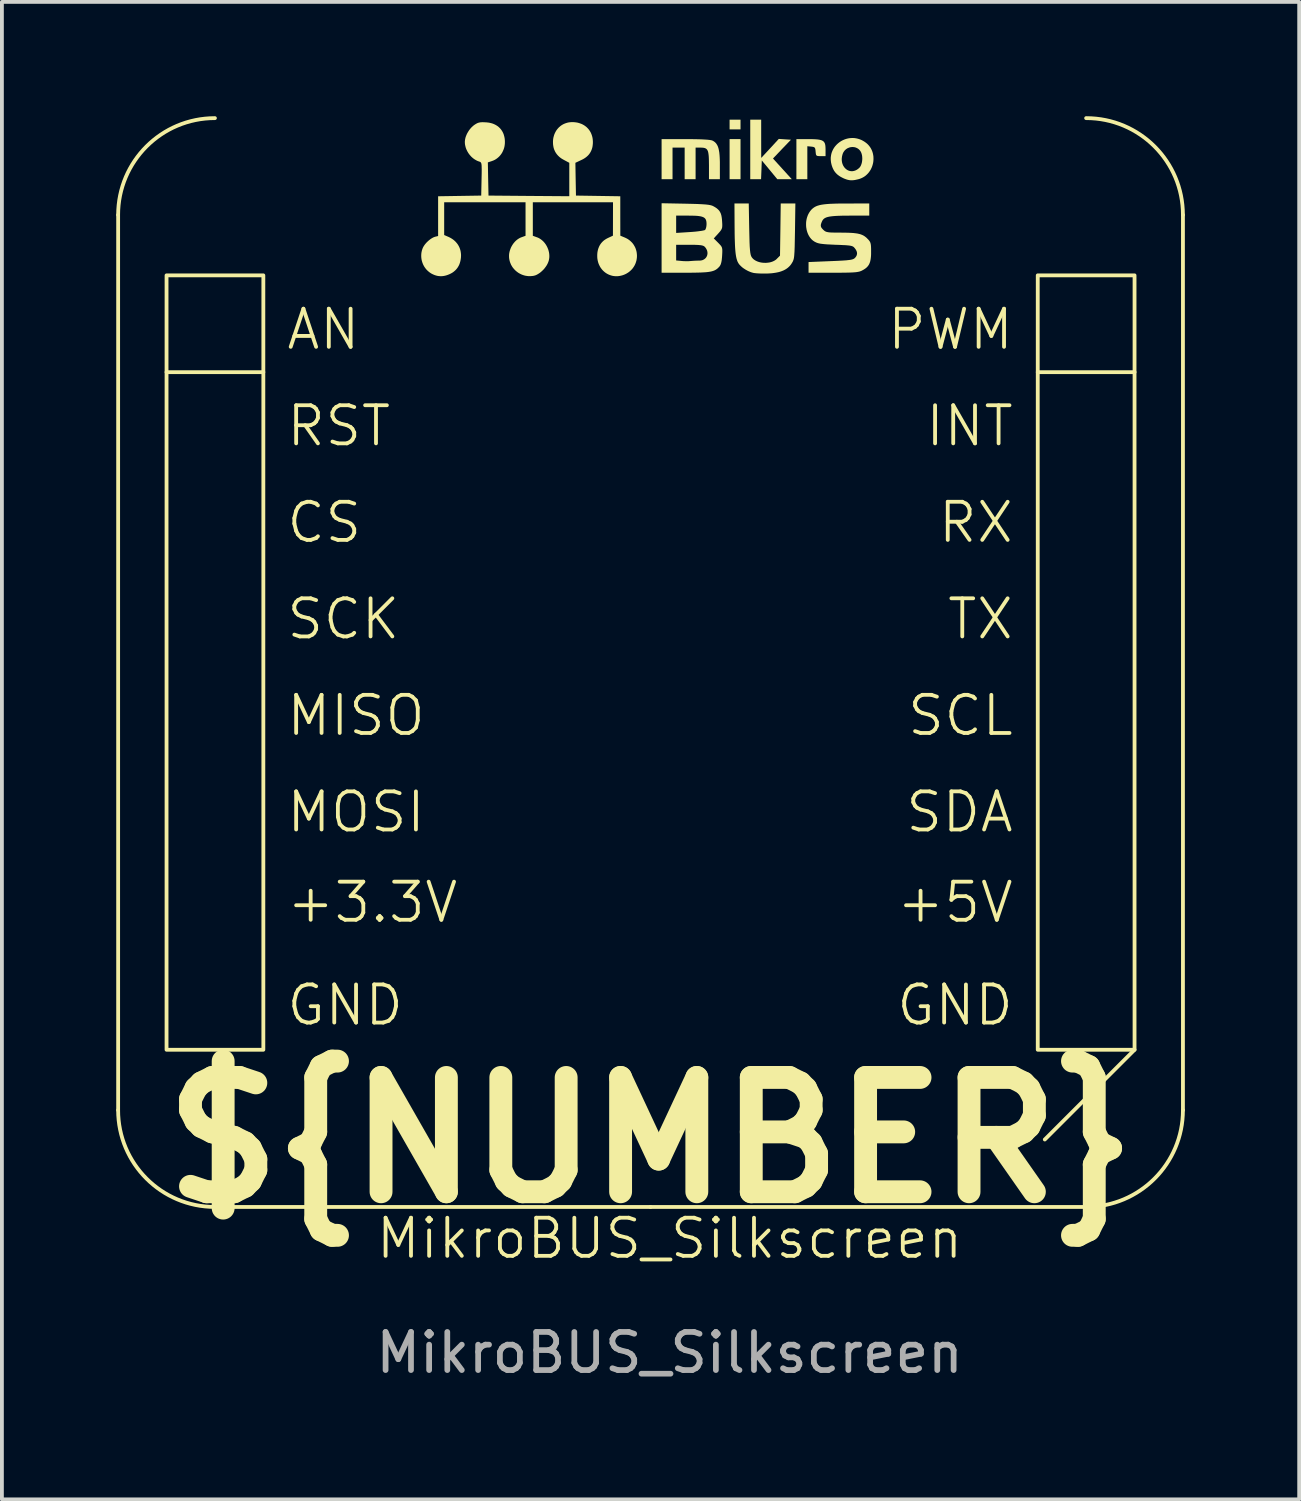
<source format=kicad_pcb>
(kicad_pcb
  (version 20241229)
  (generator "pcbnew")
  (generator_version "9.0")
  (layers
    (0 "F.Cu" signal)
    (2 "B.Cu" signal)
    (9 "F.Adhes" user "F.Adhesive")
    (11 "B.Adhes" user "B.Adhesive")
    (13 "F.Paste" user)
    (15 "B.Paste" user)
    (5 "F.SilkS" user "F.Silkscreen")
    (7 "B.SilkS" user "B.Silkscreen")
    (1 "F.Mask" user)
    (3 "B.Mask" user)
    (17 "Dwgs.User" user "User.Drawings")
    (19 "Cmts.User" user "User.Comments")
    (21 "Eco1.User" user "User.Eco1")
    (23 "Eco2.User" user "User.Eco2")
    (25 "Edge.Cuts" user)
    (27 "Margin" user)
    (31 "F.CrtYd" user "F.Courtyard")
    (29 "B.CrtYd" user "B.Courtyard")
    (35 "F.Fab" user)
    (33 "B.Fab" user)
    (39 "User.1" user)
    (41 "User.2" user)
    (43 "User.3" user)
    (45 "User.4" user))
  (footprint "MikroBUS_Silkscreen"
    (layer "F.Cu")
    (at 14.42 15.409)
    (property "Reference" "MikroBUS_Silkscreen" (at 0.1 14.036 0) (unlocked yes) (layer "F.SilkS") (effects (font (size 1 1) (thickness 0.1))))
    (attr smd)
    (fp_line (start -14.37 10.671) (end -14.37 -12.819) (stroke (width 0.1) (type default)) (layer "F.SilkS"))
    (fp_line (start -13.1 -8.694) (end -10.56 -8.694) (stroke (width 0.1) (type solid)) (layer "F.SilkS"))
    (fp_line (start -0.4 13.211) (end -11.83 13.211) (stroke (width 0.1) (type solid)) (layer "F.SilkS"))
    (fp_line (start -0.4 13.211) (end 11.03 13.211) (stroke (width 0.1) (type solid)) (layer "F.SilkS"))
    (fp_line (start 9.76 -8.694) (end 12.3 -8.694) (stroke (width 0.1) (type default)) (layer "F.SilkS"))
    (fp_line (start 12.3 9.086) (end 9.945 11.441) (stroke (width 0.1) (type solid)) (layer "F.SilkS"))
    (fp_line (start 13.57 10.671) (end 13.57 -12.819) (stroke (width 0.1) (type default)) (layer "F.SilkS"))
    (fp_rect (start -13.1 -11.234) (end -10.56 9.086) (stroke (width 0.1) (type solid)) (fill no) (layer "F.SilkS"))
    (fp_rect (start 9.76 -11.234) (end 12.3 9.086) (stroke (width 0.1) (type solid)) (fill no) (layer "F.SilkS"))
    (fp_arc (start -14.370379 -12.819499) (mid -13.62643 -14.61555) (end -11.830379 -15.359499) (stroke (width 0.1) (type default)) (layer "F.SilkS"))
    (fp_arc (start -11.830379 13.210501) (mid -13.62643 12.466552) (end -14.370379 10.670501) (stroke (width 0.1) (type default)) (layer "F.SilkS"))
    (fp_arc (start 11.029621 -15.359499) (mid 12.825672 -14.61555) (end 13.569621 -12.819499) (stroke (width 0.1) (type default)) (layer "F.SilkS"))
    (fp_arc (start 13.569621 10.670501) (mid 12.825672 12.466552) (end 11.029621 13.210501) (stroke (width 0.1) (type default)) (layer "F.SilkS"))
    (fp_poly (pts (xy 1.961 -15.191) (xy 1.961 -15.064) (xy 1.818 -15.064) (xy 1.674 -15.064) (xy 1.674 -15.191) (xy 1.674 -15.319) (xy 1.818 -15.319) (xy 1.961 -15.319)) (stroke (width 0) (type solid)) (fill yes) (layer "F.SilkS"))
    (fp_poly (pts (xy 1.961 -14.283) (xy 1.961 -13.757) (xy 1.818 -13.757) (xy 1.674 -13.757) (xy 1.674 -14.283) (xy 1.674 -14.809) (xy 1.818 -14.809) (xy 1.961 -14.809)) (stroke (width 0) (type solid)) (fill yes) (layer "F.SilkS"))
    (fp_poly (pts (xy 2.503 -14.817) (xy 2.504 -14.315) (xy 2.735 -14.564) (xy 2.965 -14.814) (xy 3.125 -14.803) (xy 3.284 -14.793) (xy 3.048 -14.547) (xy 2.813 -14.3) (xy 3.059 -14.029) (xy 3.306 -13.757) (xy 3.116 -13.757) (xy 2.926 -13.757) (xy 2.723 -14.003) (xy 2.519 -14.249) (xy 2.51 -14.003) (xy 2.5 -13.757) (xy 2.358 -13.757) (xy 2.216 -13.757) (xy 2.216 -14.538) (xy 2.216 -15.319) (xy 2.36 -15.319) (xy 2.503 -15.319)) (stroke (width 0) (type solid)) (fill yes) (layer "F.SilkS"))
    (fp_poly (pts (xy 0.519 -14.808) (xy 0.673 -14.808) (xy 0.807 -14.806) (xy 0.922 -14.803) (xy 1.017 -14.798) (xy 1.095 -14.793) (xy 1.156 -14.786) (xy 1.2 -14.778) (xy 1.216 -14.773) (xy 1.228 -14.768) (xy 1.242 -14.761) (xy 1.255 -14.753) (xy 1.267 -14.745) (xy 1.278 -14.737) (xy 1.29 -14.727) (xy 1.3 -14.718) (xy 1.31 -14.707) (xy 1.32 -14.696) (xy 1.329 -14.684) (xy 1.337 -14.671) (xy 1.345 -14.658) (xy 1.353 -14.644) (xy 1.36 -14.629) (xy 1.367 -14.613) (xy 1.373 -14.596) (xy 1.379 -14.578) (xy 1.384 -14.559) (xy 1.389 -14.539) (xy 1.393 -14.518) (xy 1.397 -14.496) (xy 1.401 -14.473) (xy 1.405 -14.448) (xy 1.407 -14.422) (xy 1.41 -14.396) (xy 1.414 -14.338) (xy 1.417 -14.275) (xy 1.419 -14.206) (xy 1.419 -14.131) (xy 1.419 -13.757) (xy 1.276 -13.757) (xy 1.133 -13.757) (xy 1.133 -14.121) (xy 1.131 -14.261) (xy 1.129 -14.32) (xy 1.126 -14.37) (xy 1.121 -14.414) (xy 1.115 -14.452) (xy 1.107 -14.484) (xy 1.102 -14.498) (xy 1.096 -14.51) (xy 1.09 -14.522) (xy 1.083 -14.532) (xy 1.076 -14.541) (xy 1.068 -14.549) (xy 1.059 -14.556) (xy 1.05 -14.562) (xy 1.039 -14.567) (xy 1.028 -14.572) (xy 1.003 -14.579) (xy 0.975 -14.583) (xy 0.943 -14.585) (xy 0.907 -14.586) (xy 0.782 -14.586) (xy 0.782 -14.171) (xy 0.782 -13.757) (xy 0.639 -13.757) (xy 0.495 -13.757) (xy 0.495 -14.171) (xy 0.495 -14.586) (xy 0.336 -14.586) (xy 0.177 -14.586) (xy 0.177 -14.171) (xy 0.177 -13.757) (xy 0.033 -13.757) (xy -0.11 -13.757) (xy -0.11 -14.283) (xy -0.11 -14.809)) (stroke (width 0) (type solid)) (fill yes) (layer "F.SilkS"))
    (fp_poly (pts (xy 3.81 -14.808) (xy 3.874 -14.807) (xy 3.93 -14.804) (xy 3.98 -14.8) (xy 4.023 -14.794) (xy 4.06 -14.786) (xy 4.076 -14.782) (xy 4.091 -14.776) (xy 4.104 -14.77) (xy 4.117 -14.763) (xy 4.128 -14.756) (xy 4.138 -14.748) (xy 4.147 -14.739) (xy 4.155 -14.729) (xy 4.162 -14.718) (xy 4.168 -14.707) (xy 4.174 -14.694) (xy 4.178 -14.681) (xy 4.185 -14.651) (xy 4.189 -14.617) (xy 4.191 -14.579) (xy 4.192 -14.536) (xy 4.192 -14.363) (xy 4.067 -14.363) (xy 4.045 -14.363) (xy 4.026 -14.363) (xy 4.01 -14.364) (xy 3.995 -14.365) (xy 3.989 -14.366) (xy 3.983 -14.367) (xy 3.978 -14.368) (xy 3.973 -14.37) (xy 3.968 -14.372) (xy 3.964 -14.374) (xy 3.96 -14.376) (xy 3.957 -14.379) (xy 3.954 -14.382) (xy 3.951 -14.385) (xy 3.948 -14.389) (xy 3.946 -14.393) (xy 3.944 -14.398) (xy 3.942 -14.403) (xy 3.941 -14.408) (xy 3.939 -14.414) (xy 3.937 -14.428) (xy 3.935 -14.444) (xy 3.933 -14.462) (xy 3.931 -14.482) (xy 3.929 -14.501) (xy 3.928 -14.519) (xy 3.925 -14.534) (xy 3.923 -14.547) (xy 3.921 -14.553) (xy 3.92 -14.559) (xy 3.918 -14.564) (xy 3.916 -14.569) (xy 3.914 -14.573) (xy 3.912 -14.577) (xy 3.909 -14.581) (xy 3.906 -14.584) (xy 3.903 -14.587) (xy 3.9 -14.59) (xy 3.897 -14.593) (xy 3.893 -14.595) (xy 3.889 -14.598) (xy 3.884 -14.599) (xy 3.879 -14.601) (xy 3.874 -14.603) (xy 3.862 -14.606) (xy 3.849 -14.608) (xy 3.834 -14.61) (xy 3.818 -14.612) (xy 3.714 -14.622) (xy 3.714 -14.189) (xy 3.714 -13.757) (xy 3.571 -13.757) (xy 3.427 -13.757) (xy 3.427 -14.283) (xy 3.427 -14.809) (xy 3.739 -14.809)) (stroke (width 0) (type solid)) (fill yes) (layer "F.SilkS"))
    (fp_poly (pts (xy 2.189 -12.456) (xy 2.197 -12.114) (xy 2.202 -11.994) (xy 2.209 -11.9) (xy 2.217 -11.83) (xy 2.227 -11.778) (xy 2.233 -11.757) (xy 2.24 -11.739) (xy 2.247 -11.724) (xy 2.255 -11.71) (xy 2.267 -11.694) (xy 2.28 -11.679) (xy 2.294 -11.665) (xy 2.31 -11.651) (xy 2.327 -11.639) (xy 2.345 -11.627) (xy 2.364 -11.617) (xy 2.384 -11.607) (xy 2.405 -11.598) (xy 2.427 -11.59) (xy 2.449 -11.583) (xy 2.472 -11.577) (xy 2.496 -11.572) (xy 2.52 -11.568) (xy 2.568 -11.563) (xy 2.617 -11.562) (xy 2.642 -11.563) (xy 2.666 -11.565) (xy 2.69 -11.568) (xy 2.714 -11.571) (xy 2.737 -11.576) (xy 2.76 -11.582) (xy 2.782 -11.589) (xy 2.804 -11.597) (xy 2.824 -11.606) (xy 2.844 -11.616) (xy 2.863 -11.627) (xy 2.881 -11.639) (xy 2.898 -11.652) (xy 2.913 -11.667) (xy 2.997 -11.751) (xy 3.007 -12.435) (xy 3.016 -13.12) (xy 3.208 -13.12) (xy 3.4 -13.12) (xy 3.39 -12.395) (xy 3.382 -11.987) (xy 3.377 -11.854) (xy 3.37 -11.756) (xy 3.366 -11.718) (xy 3.361 -11.686) (xy 3.355 -11.658) (xy 3.347 -11.634) (xy 3.339 -11.612) (xy 3.33 -11.592) (xy 3.306 -11.552) (xy 3.296 -11.536) (xy 3.285 -11.52) (xy 3.273 -11.505) (xy 3.261 -11.49) (xy 3.248 -11.476) (xy 3.235 -11.463) (xy 3.221 -11.45) (xy 3.207 -11.437) (xy 3.192 -11.425) (xy 3.176 -11.414) (xy 3.16 -11.402) (xy 3.143 -11.392) (xy 3.125 -11.382) (xy 3.107 -11.372) (xy 3.088 -11.363) (xy 3.069 -11.355) (xy 3.049 -11.347) (xy 3.028 -11.339) (xy 3.006 -11.332) (xy 2.984 -11.325) (xy 2.961 -11.319) (xy 2.938 -11.314) (xy 2.889 -11.304) (xy 2.837 -11.296) (xy 2.782 -11.289) (xy 2.724 -11.285) (xy 2.663 -11.282) (xy 2.606 -11.281) (xy 2.549 -11.281) (xy 2.494 -11.282) (xy 2.442 -11.284) (xy 2.393 -11.287) (xy 2.351 -11.291) (xy 2.317 -11.295) (xy 2.291 -11.3) (xy 2.291 -11.3) (xy 2.264 -11.308) (xy 2.236 -11.316) (xy 2.209 -11.327) (xy 2.182 -11.338) (xy 2.156 -11.35) (xy 2.129 -11.364) (xy 2.104 -11.378) (xy 2.079 -11.393) (xy 2.055 -11.409) (xy 2.031 -11.425) (xy 2.009 -11.442) (xy 1.988 -11.46) (xy 1.969 -11.478) (xy 1.95 -11.497) (xy 1.933 -11.515) (xy 1.918 -11.534) (xy 1.903 -11.557) (xy 1.896 -11.57) (xy 1.889 -11.583) (xy 1.882 -11.597) (xy 1.876 -11.612) (xy 1.865 -11.646) (xy 1.854 -11.684) (xy 1.845 -11.727) (xy 1.837 -11.775) (xy 1.83 -11.83) (xy 1.824 -11.892) (xy 1.819 -11.96) (xy 1.815 -12.037) (xy 1.812 -12.121) (xy 1.809 -12.215) (xy 1.807 -12.318) (xy 1.805 -12.554) (xy 1.802 -13.12) (xy 1.989 -13.12) (xy 2.177 -13.12)) (stroke (width 0) (type solid)) (fill yes) (layer "F.SilkS"))
    (fp_poly (pts (xy 4.957 -14.835) (xy 5.001 -14.828) (xy 5.044 -14.818) (xy 5.088 -14.804) (xy 5.131 -14.787) (xy 5.173 -14.765) (xy 5.215 -14.74) (xy 5.256 -14.71) (xy 5.286 -14.685) (xy 5.313 -14.658) (xy 5.338 -14.629) (xy 5.36 -14.599) (xy 5.38 -14.568) (xy 5.397 -14.535) (xy 5.412 -14.502) (xy 5.424 -14.468) (xy 5.434 -14.433) (xy 5.441 -14.397) (xy 5.447 -14.361) (xy 5.449 -14.325) (xy 5.45 -14.288) (xy 5.448 -14.252) (xy 5.445 -14.216) (xy 5.439 -14.18) (xy 5.43 -14.144) (xy 5.42 -14.109) (xy 5.408 -14.075) (xy 5.393 -14.042) (xy 5.377 -14.009) (xy 5.358 -13.978) (xy 5.337 -13.948) (xy 5.315 -13.92) (xy 5.29 -13.893) (xy 5.264 -13.868) (xy 5.236 -13.844) (xy 5.206 -13.823) (xy 5.174 -13.804) (xy 5.14 -13.787) (xy 5.104 -13.772) (xy 5.067 -13.76) (xy 5.035 -13.752) (xy 5.005 -13.745) (xy 4.977 -13.739) (xy 4.949 -13.734) (xy 4.923 -13.731) (xy 4.898 -13.729) (xy 4.874 -13.728) (xy 4.85 -13.729) (xy 4.827 -13.731) (xy 4.804 -13.735) (xy 4.78 -13.74) (xy 4.756 -13.746) (xy 4.732 -13.754) (xy 4.707 -13.763) (xy 4.681 -13.773) (xy 4.654 -13.785) (xy 4.623 -13.801) (xy 4.594 -13.816) (xy 4.566 -13.833) (xy 4.541 -13.85) (xy 4.517 -13.868) (xy 4.494 -13.887) (xy 4.474 -13.907) (xy 4.454 -13.928) (xy 4.437 -13.95) (xy 4.42 -13.973) (xy 4.405 -13.998) (xy 4.392 -14.024) (xy 4.379 -14.051) (xy 4.368 -14.08) (xy 4.357 -14.111) (xy 4.348 -14.143) (xy 4.337 -14.191) (xy 4.331 -14.239) (xy 4.329 -14.265) (xy 4.617 -14.265) (xy 4.619 -14.238) (xy 4.623 -14.211) (xy 4.628 -14.185) (xy 4.636 -14.16) (xy 4.645 -14.136) (xy 4.655 -14.114) (xy 4.668 -14.093) (xy 4.681 -14.073) (xy 4.696 -14.055) (xy 4.712 -14.038) (xy 4.729 -14.023) (xy 4.747 -14.009) (xy 4.766 -13.997) (xy 4.786 -13.987) (xy 4.807 -13.979) (xy 4.828 -13.973) (xy 4.85 -13.969) (xy 4.872 -13.967) (xy 4.895 -13.967) (xy 4.918 -13.97) (xy 4.941 -13.975) (xy 4.964 -13.982) (xy 4.988 -13.992) (xy 5.011 -14.004) (xy 5.034 -14.019) (xy 5.057 -14.037) (xy 5.079 -14.057) (xy 5.087 -14.065) (xy 5.094 -14.075) (xy 5.101 -14.084) (xy 5.108 -14.095) (xy 5.114 -14.106) (xy 5.12 -14.118) (xy 5.13 -14.144) (xy 5.139 -14.171) (xy 5.146 -14.2) (xy 5.151 -14.23) (xy 5.154 -14.26) (xy 5.156 -14.291) (xy 5.155 -14.322) (xy 5.153 -14.353) (xy 5.149 -14.383) (xy 5.142 -14.411) (xy 5.134 -14.438) (xy 5.129 -14.451) (xy 5.124 -14.463) (xy 5.118 -14.474) (xy 5.112 -14.485) (xy 5.101 -14.502) (xy 5.089 -14.517) (xy 5.075 -14.531) (xy 5.062 -14.544) (xy 5.047 -14.555) (xy 5.032 -14.565) (xy 5.016 -14.574) (xy 5 -14.581) (xy 4.983 -14.588) (xy 4.966 -14.593) (xy 4.948 -14.597) (xy 4.931 -14.599) (xy 4.913 -14.601) (xy 4.895 -14.601) (xy 4.877 -14.6) (xy 4.859 -14.598) (xy 4.841 -14.595) (xy 4.824 -14.591) (xy 4.807 -14.585) (xy 4.79 -14.578) (xy 4.773 -14.571) (xy 4.757 -14.562) (xy 4.742 -14.552) (xy 4.727 -14.541) (xy 4.713 -14.529) (xy 4.7 -14.516) (xy 4.687 -14.502) (xy 4.676 -14.486) (xy 4.665 -14.47) (xy 4.655 -14.453) (xy 4.647 -14.435) (xy 4.64 -14.416) (xy 4.631 -14.384) (xy 4.624 -14.353) (xy 4.62 -14.323) (xy 4.617 -14.294) (xy 4.617 -14.265) (xy 4.329 -14.265) (xy 4.328 -14.285) (xy 4.329 -14.331) (xy 4.335 -14.375) (xy 4.343 -14.418) (xy 4.355 -14.459) (xy 4.371 -14.499) (xy 4.389 -14.537) (xy 4.41 -14.573) (xy 4.434 -14.608) (xy 4.461 -14.64) (xy 4.49 -14.671) (xy 4.521 -14.699) (xy 4.554 -14.725) (xy 4.589 -14.749) (xy 4.625 -14.77) (xy 4.663 -14.788) (xy 4.702 -14.804) (xy 4.743 -14.817) (xy 4.784 -14.827) (xy 4.827 -14.834) (xy 4.87 -14.837) (xy 4.913 -14.838)) (stroke (width 0) (type solid)) (fill yes) (layer "F.SilkS"))
    (fp_poly (pts (xy 0.519 -13.114) (xy 0.691 -13.11) (xy 0.833 -13.106) (xy 0.949 -13.1) (xy 1.041 -13.094) (xy 1.113 -13.086) (xy 1.169 -13.076) (xy 1.192 -13.07) (xy 1.212 -13.064) (xy 1.229 -13.057) (xy 1.244 -13.05) (xy 1.275 -13.033) (xy 1.303 -13.016) (xy 1.328 -12.999) (xy 1.34 -12.99) (xy 1.351 -12.981) (xy 1.361 -12.972) (xy 1.371 -12.963) (xy 1.381 -12.953) (xy 1.39 -12.944) (xy 1.398 -12.934) (xy 1.406 -12.924) (xy 1.413 -12.913) (xy 1.42 -12.902) (xy 1.426 -12.891) (xy 1.432 -12.879) (xy 1.438 -12.867) (xy 1.443 -12.855) (xy 1.447 -12.842) (xy 1.452 -12.828) (xy 1.456 -12.814) (xy 1.459 -12.8) (xy 1.465 -12.769) (xy 1.47 -12.735) (xy 1.474 -12.699) (xy 1.477 -12.66) (xy 1.481 -12.595) (xy 1.482 -12.568) (xy 1.482 -12.544) (xy 1.481 -12.522) (xy 1.48 -12.503) (xy 1.477 -12.485) (xy 1.472 -12.468) (xy 1.467 -12.453) (xy 1.459 -12.438) (xy 1.45 -12.422) (xy 1.439 -12.407) (xy 1.427 -12.39) (xy 1.412 -12.372) (xy 1.375 -12.33) (xy 1.259 -12.203) (xy 1.375 -12.087) (xy 1.395 -12.067) (xy 1.412 -12.049) (xy 1.428 -12.032) (xy 1.434 -12.025) (xy 1.441 -12.017) (xy 1.446 -12.01) (xy 1.452 -12.002) (xy 1.456 -11.995) (xy 1.461 -11.988) (xy 1.465 -11.981) (xy 1.468 -11.973) (xy 1.471 -11.966) (xy 1.474 -11.958) (xy 1.476 -11.95) (xy 1.478 -11.941) (xy 1.479 -11.932) (xy 1.481 -11.923) (xy 1.482 -11.913) (xy 1.482 -11.902) (xy 1.483 -11.891) (xy 1.483 -11.879) (xy 1.483 -11.853) (xy 1.482 -11.823) (xy 1.478 -11.751) (xy 1.474 -11.694) (xy 1.471 -11.669) (xy 1.469 -11.645) (xy 1.466 -11.623) (xy 1.462 -11.602) (xy 1.458 -11.582) (xy 1.454 -11.565) (xy 1.449 -11.548) (xy 1.444 -11.532) (xy 1.439 -11.518) (xy 1.433 -11.505) (xy 1.426 -11.493) (xy 1.419 -11.481) (xy 1.411 -11.47) (xy 1.403 -11.46) (xy 1.391 -11.448) (xy 1.38 -11.436) (xy 1.368 -11.424) (xy 1.356 -11.414) (xy 1.344 -11.404) (xy 1.331 -11.394) (xy 1.318 -11.386) (xy 1.304 -11.377) (xy 1.29 -11.37) (xy 1.274 -11.362) (xy 1.258 -11.356) (xy 1.241 -11.35) (xy 1.222 -11.344) (xy 1.203 -11.339) (xy 1.182 -11.334) (xy 1.159 -11.33) (xy 1.135 -11.326) (xy 1.109 -11.322) (xy 1.081 -11.319) (xy 1.052 -11.316) (xy 1.02 -11.314) (xy 0.987 -11.312) (xy 0.913 -11.308) (xy 0.829 -11.306) (xy 0.735 -11.304) (xy 0.63 -11.303) (xy 0.512 -11.303) (xy -0.11 -11.303) (xy -0.11 -11.831) (xy 0.272 -11.831) (xy 0.272 -11.625) (xy 0.408 -11.612) (xy 0.437 -11.609) (xy 0.469 -11.607) (xy 0.502 -11.606) (xy 0.536 -11.606) (xy 0.569 -11.606) (xy 0.601 -11.606) (xy 0.629 -11.608) (xy 0.655 -11.61) (xy 0.679 -11.612) (xy 0.707 -11.614) (xy 0.768 -11.618) (xy 0.83 -11.62) (xy 0.859 -11.621) (xy 0.885 -11.621) (xy 0.885 -11.621) (xy 0.903 -11.622) (xy 0.921 -11.624) (xy 0.938 -11.627) (xy 0.954 -11.631) (xy 0.97 -11.636) (xy 0.984 -11.643) (xy 0.998 -11.65) (xy 1.011 -11.658) (xy 1.023 -11.667) (xy 1.034 -11.677) (xy 1.045 -11.687) (xy 1.054 -11.698) (xy 1.063 -11.71) (xy 1.07 -11.723) (xy 1.077 -11.736) (xy 1.082 -11.749) (xy 1.087 -11.763) (xy 1.09 -11.777) (xy 1.092 -11.792) (xy 1.094 -11.806) (xy 1.094 -11.821) (xy 1.093 -11.837) (xy 1.091 -11.852) (xy 1.088 -11.867) (xy 1.084 -11.883) (xy 1.078 -11.898) (xy 1.071 -11.913) (xy 1.063 -11.928) (xy 1.054 -11.943) (xy 1.044 -11.958) (xy 1.032 -11.972) (xy 1.019 -11.986) (xy 1.015 -11.99) (xy 1.011 -11.993) (xy 1.006 -11.996) (xy 1.002 -11.999) (xy 0.996 -12.002) (xy 0.991 -12.005) (xy 0.985 -12.008) (xy 0.978 -12.01) (xy 0.972 -12.013) (xy 0.964 -12.015) (xy 0.956 -12.017) (xy 0.948 -12.019) (xy 0.929 -12.023) (xy 0.908 -12.026) (xy 0.884 -12.028) (xy 0.856 -12.031) (xy 0.826 -12.032) (xy 0.793 -12.034) (xy 0.756 -12.035) (xy 0.715 -12.036) (xy 0.67 -12.036) (xy 0.62 -12.036) (xy 0.272 -12.036) (xy 0.272 -11.831) (xy -0.11 -11.831) (xy -0.11 -12.215) (xy -0.11 -12.574) (xy 0.272 -12.574) (xy 0.272 -12.347) (xy 0.631 -12.37) (xy 0.704 -12.375) (xy 0.773 -12.381) (xy 0.838 -12.388) (xy 0.896 -12.396) (xy 0.945 -12.403) (xy 0.985 -12.411) (xy 1.014 -12.418) (xy 1.023 -12.422) (xy 1.029 -12.425) (xy 1.029 -12.425) (xy 1.031 -12.427) (xy 1.033 -12.429) (xy 1.035 -12.432) (xy 1.037 -12.434) (xy 1.041 -12.441) (xy 1.045 -12.448) (xy 1.048 -12.456) (xy 1.051 -12.465) (xy 1.054 -12.474) (xy 1.057 -12.484) (xy 1.06 -12.495) (xy 1.062 -12.506) (xy 1.064 -12.518) (xy 1.066 -12.53) (xy 1.067 -12.542) (xy 1.068 -12.555) (xy 1.069 -12.567) (xy 1.069 -12.58) (xy 1.069 -12.597) (xy 1.068 -12.613) (xy 1.067 -12.628) (xy 1.065 -12.643) (xy 1.063 -12.657) (xy 1.059 -12.67) (xy 1.056 -12.682) (xy 1.051 -12.693) (xy 1.046 -12.704) (xy 1.04 -12.714) (xy 1.033 -12.723) (xy 1.025 -12.732) (xy 1.016 -12.74) (xy 1.006 -12.747) (xy 0.995 -12.754) (xy 0.983 -12.76) (xy 0.969 -12.766) (xy 0.955 -12.771) (xy 0.939 -12.776) (xy 0.922 -12.78) (xy 0.904 -12.784) (xy 0.884 -12.787) (xy 0.863 -12.79) (xy 0.84 -12.793) (xy 0.816 -12.795) (xy 0.79 -12.797) (xy 0.733 -12.799) (xy 0.67 -12.8) (xy 0.6 -12.801) (xy 0.272 -12.801) (xy 0.272 -12.574) (xy -0.11 -12.574) (xy -0.11 -13.126)) (stroke (width 0) (type solid)) (fill yes) (layer "F.SilkS"))
    (fp_poly (pts (xy 5.339 -12.96) (xy 5.339 -12.801) (xy 4.834 -12.801) (xy 4.647 -12.8) (xy 4.495 -12.795) (xy 4.431 -12.791) (xy 4.375 -12.786) (xy 4.325 -12.78) (xy 4.282 -12.773) (xy 4.244 -12.764) (xy 4.212 -12.754) (xy 4.185 -12.742) (xy 4.161 -12.728) (xy 4.142 -12.713) (xy 4.126 -12.695) (xy 4.112 -12.676) (xy 4.101 -12.654) (xy 4.092 -12.634) (xy 4.084 -12.615) (xy 4.078 -12.597) (xy 4.073 -12.581) (xy 4.071 -12.574) (xy 4.07 -12.566) (xy 4.069 -12.559) (xy 4.068 -12.552) (xy 4.068 -12.545) (xy 4.068 -12.539) (xy 4.068 -12.532) (xy 4.069 -12.526) (xy 4.07 -12.52) (xy 4.072 -12.513) (xy 4.074 -12.507) (xy 4.076 -12.501) (xy 4.079 -12.495) (xy 4.082 -12.489) (xy 4.086 -12.483) (xy 4.09 -12.477) (xy 4.1 -12.464) (xy 4.111 -12.452) (xy 4.124 -12.438) (xy 4.138 -12.424) (xy 4.151 -12.413) (xy 4.157 -12.408) (xy 4.163 -12.403) (xy 4.169 -12.398) (xy 4.176 -12.394) (xy 4.182 -12.39) (xy 4.189 -12.387) (xy 4.196 -12.383) (xy 4.204 -12.38) (xy 4.212 -12.377) (xy 4.22 -12.374) (xy 4.229 -12.372) (xy 4.239 -12.37) (xy 4.25 -12.368) (xy 4.261 -12.366) (xy 4.273 -12.364) (xy 4.286 -12.362) (xy 4.299 -12.361) (xy 4.314 -12.36) (xy 4.347 -12.358) (xy 4.385 -12.357) (xy 4.428 -12.356) (xy 4.476 -12.355) (xy 4.531 -12.355) (xy 4.593 -12.355) (xy 4.746 -12.353) (xy 4.813 -12.351) (xy 4.874 -12.348) (xy 4.928 -12.344) (xy 4.978 -12.338) (xy 5.023 -12.332) (xy 5.064 -12.323) (xy 5.101 -12.314) (xy 5.134 -12.302) (xy 5.165 -12.289) (xy 5.194 -12.274) (xy 5.22 -12.257) (xy 5.245 -12.238) (xy 5.27 -12.217) (xy 5.293 -12.193) (xy 5.309 -12.177) (xy 5.323 -12.162) (xy 5.335 -12.147) (xy 5.34 -12.14) (xy 5.345 -12.133) (xy 5.35 -12.126) (xy 5.354 -12.119) (xy 5.358 -12.112) (xy 5.362 -12.105) (xy 5.365 -12.097) (xy 5.368 -12.089) (xy 5.371 -12.081) (xy 5.373 -12.073) (xy 5.375 -12.064) (xy 5.377 -12.054) (xy 5.379 -12.044) (xy 5.381 -12.034) (xy 5.382 -12.023) (xy 5.383 -12.011) (xy 5.385 -11.985) (xy 5.386 -11.956) (xy 5.387 -11.923) (xy 5.387 -11.886) (xy 5.387 -11.845) (xy 5.387 -11.794) (xy 5.385 -11.746) (xy 5.381 -11.702) (xy 5.376 -11.662) (xy 5.369 -11.625) (xy 5.361 -11.591) (xy 5.35 -11.56) (xy 5.338 -11.531) (xy 5.323 -11.505) (xy 5.306 -11.48) (xy 5.286 -11.457) (xy 5.264 -11.435) (xy 5.239 -11.415) (xy 5.211 -11.396) (xy 5.18 -11.377) (xy 5.146 -11.359) (xy 5.128 -11.35) (xy 5.109 -11.343) (xy 5.089 -11.336) (xy 5.066 -11.33) (xy 5.041 -11.325) (xy 5.012 -11.32) (xy 4.978 -11.316) (xy 4.94 -11.313) (xy 4.897 -11.31) (xy 4.848 -11.308) (xy 4.792 -11.306) (xy 4.729 -11.305) (xy 4.658 -11.304) (xy 4.578 -11.303) (xy 4.391 -11.303) (xy 3.746 -11.303) (xy 3.746 -11.443) (xy 3.746 -11.583) (xy 4.324 -11.607) (xy 4.493 -11.614) (xy 4.628 -11.621) (xy 4.733 -11.628) (xy 4.812 -11.637) (xy 4.843 -11.641) (xy 4.869 -11.646) (xy 4.892 -11.652) (xy 4.91 -11.658) (xy 4.926 -11.665) (xy 4.94 -11.672) (xy 4.951 -11.68) (xy 4.961 -11.69) (xy 4.968 -11.697) (xy 4.975 -11.704) (xy 4.981 -11.711) (xy 4.986 -11.719) (xy 4.991 -11.726) (xy 4.996 -11.733) (xy 5 -11.741) (xy 5.004 -11.748) (xy 5.007 -11.756) (xy 5.01 -11.763) (xy 5.012 -11.771) (xy 5.014 -11.779) (xy 5.016 -11.787) (xy 5.017 -11.794) (xy 5.018 -11.802) (xy 5.018 -11.81) (xy 5.018 -11.818) (xy 5.017 -11.826) (xy 5.016 -11.834) (xy 5.014 -11.842) (xy 5.012 -11.851) (xy 5.01 -11.859) (xy 5.007 -11.867) (xy 5.003 -11.876) (xy 4.999 -11.884) (xy 4.995 -11.893) (xy 4.99 -11.901) (xy 4.985 -11.91) (xy 4.98 -11.918) (xy 4.973 -11.927) (xy 4.96 -11.945) (xy 4.949 -11.957) (xy 4.944 -11.963) (xy 4.939 -11.969) (xy 4.934 -11.974) (xy 4.928 -11.978) (xy 4.922 -11.983) (xy 4.916 -11.987) (xy 4.909 -11.991) (xy 4.902 -11.994) (xy 4.894 -11.998) (xy 4.885 -12.001) (xy 4.876 -12.004) (xy 4.866 -12.007) (xy 4.855 -12.009) (xy 4.843 -12.011) (xy 4.83 -12.014) (xy 4.816 -12.016) (xy 4.801 -12.018) (xy 4.784 -12.019) (xy 4.766 -12.021) (xy 4.747 -12.023) (xy 4.704 -12.026) (xy 4.654 -12.028) (xy 4.596 -12.031) (xy 4.531 -12.034) (xy 4.458 -12.036) (xy 4.333 -12.042) (xy 4.231 -12.047) (xy 4.147 -12.054) (xy 4.079 -12.062) (xy 4.05 -12.066) (xy 4.024 -12.072) (xy 4.001 -12.077) (xy 3.979 -12.084) (xy 3.959 -12.091) (xy 3.941 -12.099) (xy 3.923 -12.108) (xy 3.905 -12.117) (xy 3.881 -12.133) (xy 3.857 -12.15) (xy 3.835 -12.169) (xy 3.815 -12.19) (xy 3.796 -12.212) (xy 3.778 -12.236) (xy 3.762 -12.261) (xy 3.747 -12.287) (xy 3.734 -12.314) (xy 3.722 -12.342) (xy 3.712 -12.371) (xy 3.703 -12.401) (xy 3.695 -12.431) (xy 3.69 -12.462) (xy 3.685 -12.493) (xy 3.682 -12.525) (xy 3.681 -12.557) (xy 3.681 -12.588) (xy 3.682 -12.62) (xy 3.685 -12.652) (xy 3.69 -12.683) (xy 3.696 -12.714) (xy 3.704 -12.745) (xy 3.714 -12.775) (xy 3.724 -12.804) (xy 3.737 -12.833) (xy 3.751 -12.86) (xy 3.767 -12.887) (xy 3.784 -12.912) (xy 3.803 -12.937) (xy 3.823 -12.96) (xy 3.845 -12.981) (xy 3.857 -12.991) (xy 3.869 -13.001) (xy 3.882 -13.01) (xy 3.895 -13.019) (xy 3.908 -13.027) (xy 3.923 -13.035) (xy 3.938 -13.043) (xy 3.954 -13.05) (xy 3.97 -13.056) (xy 3.988 -13.063) (xy 4.007 -13.068) (xy 4.026 -13.074) (xy 4.047 -13.079) (xy 4.069 -13.084) (xy 4.117 -13.092) (xy 4.171 -13.099) (xy 4.232 -13.105) (xy 4.299 -13.11) (xy 4.373 -13.113) (xy 4.456 -13.116) (xy 4.547 -13.118) (xy 4.648 -13.119) (xy 4.758 -13.119) (xy 5.339 -13.12)) (stroke (width 0) (type solid)) (fill yes) (layer "F.SilkS"))
    (fp_poly (pts (xy -2.424 -15.254) (xy -2.395 -15.252) (xy -2.367 -15.249) (xy -2.339 -15.245) (xy -2.312 -15.24) (xy -2.286 -15.233) (xy -2.26 -15.225) (xy -2.235 -15.216) (xy -2.211 -15.207) (xy -2.187 -15.196) (xy -2.165 -15.184) (xy -2.143 -15.171) (xy -2.122 -15.157) (xy -2.102 -15.142) (xy -2.082 -15.126) (xy -2.064 -15.109) (xy -2.047 -15.091) (xy -2.03 -15.073) (xy -2.015 -15.053) (xy -2 -15.033) (xy -1.987 -15.012) (xy -1.974 -14.99) (xy -1.963 -14.967) (xy -1.953 -14.944) (xy -1.944 -14.919) (xy -1.936 -14.895) (xy -1.929 -14.869) (xy -1.923 -14.843) (xy -1.919 -14.816) (xy -1.916 -14.789) (xy -1.914 -14.761) (xy -1.913 -14.732) (xy -1.914 -14.691) (xy -1.918 -14.651) (xy -1.923 -14.613) (xy -1.931 -14.577) (xy -1.942 -14.542) (xy -1.955 -14.509) (xy -1.97 -14.478) (xy -1.987 -14.448) (xy -2.007 -14.419) (xy -2.029 -14.392) (xy -2.054 -14.367) (xy -2.081 -14.343) (xy -2.111 -14.32) (xy -2.143 -14.299) (xy -2.178 -14.279) (xy -2.215 -14.261) (xy -2.372 -14.187) (xy -2.365 -13.757) (xy -2.357 -13.327) (xy -1.776 -13.318) (xy -1.194 -13.309) (xy -1.194 -12.792) (xy -1.193 -12.275) (xy -1.071 -12.224) (xy -1.035 -12.207) (xy -1 -12.188) (xy -0.968 -12.166) (xy -0.938 -12.143) (xy -0.911 -12.118) (xy -0.885 -12.092) (xy -0.862 -12.064) (xy -0.841 -12.034) (xy -0.823 -12.003) (xy -0.806 -11.972) (xy -0.792 -11.939) (xy -0.781 -11.905) (xy -0.771 -11.871) (xy -0.764 -11.836) (xy -0.76 -11.801) (xy -0.757 -11.766) (xy -0.757 -11.73) (xy -0.759 -11.695) (xy -0.764 -11.659) (xy -0.77 -11.624) (xy -0.78 -11.59) (xy -0.791 -11.556) (xy -0.805 -11.523) (xy -0.821 -11.49) (xy -0.84 -11.459) (xy -0.861 -11.428) (xy -0.884 -11.399) (xy -0.91 -11.372) (xy -0.938 -11.346) (xy -0.968 -11.321) (xy -1.001 -11.299) (xy -1.036 -11.278) (xy -1.07 -11.261) (xy -1.104 -11.247) (xy -1.139 -11.235) (xy -1.173 -11.226) (xy -1.207 -11.219) (xy -1.241 -11.214) (xy -1.275 -11.211) (xy -1.308 -11.211) (xy -1.341 -11.213) (xy -1.374 -11.217) (xy -1.406 -11.223) (xy -1.437 -11.232) (xy -1.467 -11.242) (xy -1.497 -11.254) (xy -1.526 -11.268) (xy -1.554 -11.284) (xy -1.58 -11.301) (xy -1.606 -11.321) (xy -1.63 -11.342) (xy -1.653 -11.364) (xy -1.675 -11.389) (xy -1.695 -11.415) (xy -1.714 -11.442) (xy -1.731 -11.471) (xy -1.746 -11.501) (xy -1.76 -11.532) (xy -1.772 -11.565) (xy -1.781 -11.599) (xy -1.789 -11.634) (xy -1.795 -11.671) (xy -1.798 -11.708) (xy -1.799 -11.747) (xy -1.798 -11.787) (xy -1.795 -11.827) (xy -1.789 -11.865) (xy -1.781 -11.901) (xy -1.771 -11.936) (xy -1.758 -11.97) (xy -1.744 -12.002) (xy -1.727 -12.032) (xy -1.708 -12.061) (xy -1.687 -12.088) (xy -1.663 -12.114) (xy -1.638 -12.138) (xy -1.61 -12.16) (xy -1.58 -12.18) (xy -1.548 -12.199) (xy -1.514 -12.216) (xy -1.387 -12.275) (xy -1.386 -12.713) (xy -1.385 -13.151) (xy -2.437 -13.151) (xy -3.489 -13.151) (xy -3.489 -12.712) (xy -3.489 -12.272) (xy -3.379 -12.232) (xy -3.357 -12.224) (xy -3.336 -12.214) (xy -3.316 -12.203) (xy -3.296 -12.191) (xy -3.277 -12.178) (xy -3.259 -12.164) (xy -3.241 -12.149) (xy -3.223 -12.133) (xy -3.207 -12.117) (xy -3.191 -12.099) (xy -3.176 -12.081) (xy -3.162 -12.062) (xy -3.148 -12.042) (xy -3.136 -12.022) (xy -3.124 -12.001) (xy -3.113 -11.979) (xy -3.103 -11.958) (xy -3.094 -11.935) (xy -3.085 -11.913) (xy -3.078 -11.89) (xy -3.072 -11.866) (xy -3.066 -11.843) (xy -3.062 -11.819) (xy -3.059 -11.796) (xy -3.057 -11.772) (xy -3.056 -11.748) (xy -3.056 -11.724) (xy -3.057 -11.701) (xy -3.06 -11.677) (xy -3.064 -11.654) (xy -3.068 -11.631) (xy -3.075 -11.608) (xy -3.08 -11.592) (xy -3.086 -11.576) (xy -3.1 -11.544) (xy -3.117 -11.511) (xy -3.136 -11.48) (xy -3.158 -11.449) (xy -3.181 -11.418) (xy -3.206 -11.389) (xy -3.233 -11.362) (xy -3.261 -11.336) (xy -3.289 -11.312) (xy -3.319 -11.29) (xy -3.349 -11.271) (xy -3.378 -11.254) (xy -3.408 -11.24) (xy -3.423 -11.234) (xy -3.437 -11.23) (xy -3.452 -11.226) (xy -3.466 -11.222) (xy -3.503 -11.217) (xy -3.539 -11.214) (xy -3.574 -11.213) (xy -3.609 -11.214) (xy -3.644 -11.218) (xy -3.677 -11.223) (xy -3.711 -11.231) (xy -3.743 -11.241) (xy -3.774 -11.252) (xy -3.805 -11.266) (xy -3.834 -11.281) (xy -3.863 -11.297) (xy -3.89 -11.316) (xy -3.916 -11.336) (xy -3.941 -11.357) (xy -3.964 -11.38) (xy -3.986 -11.404) (xy -4.007 -11.429) (xy -4.026 -11.455) (xy -4.043 -11.483) (xy -4.059 -11.511) (xy -4.072 -11.541) (xy -4.084 -11.571) (xy -4.094 -11.602) (xy -4.102 -11.634) (xy -4.108 -11.666) (xy -4.112 -11.699) (xy -4.113 -11.733) (xy -4.113 -11.767) (xy -4.11 -11.801) (xy -4.104 -11.835) (xy -4.096 -11.87) (xy -4.086 -11.901) (xy -4.075 -11.932) (xy -4.063 -11.962) (xy -4.049 -11.99) (xy -4.033 -12.018) (xy -4.016 -12.045) (xy -3.998 -12.071) (xy -3.978 -12.095) (xy -3.958 -12.118) (xy -3.936 -12.14) (xy -3.913 -12.16) (xy -3.89 -12.178) (xy -3.866 -12.194) (xy -3.841 -12.209) (xy -3.816 -12.222) (xy -3.79 -12.232) (xy -3.68 -12.272) (xy -3.68 -12.712) (xy -3.68 -13.151) (xy -4.747 -13.151) (xy -5.815 -13.151) (xy -5.815 -12.722) (xy -5.815 -12.292) (xy -5.711 -12.247) (xy -5.69 -12.238) (xy -5.669 -12.227) (xy -5.649 -12.217) (xy -5.629 -12.205) (xy -5.61 -12.193) (xy -5.592 -12.181) (xy -5.574 -12.168) (xy -5.557 -12.154) (xy -5.541 -12.14) (xy -5.526 -12.126) (xy -5.511 -12.111) (xy -5.497 -12.095) (xy -5.484 -12.079) (xy -5.471 -12.063) (xy -5.459 -12.046) (xy -5.448 -12.029) (xy -5.438 -12.011) (xy -5.428 -11.993) (xy -5.419 -11.975) (xy -5.411 -11.956) (xy -5.404 -11.937) (xy -5.397 -11.917) (xy -5.391 -11.897) (xy -5.386 -11.876) (xy -5.382 -11.856) (xy -5.379 -11.835) (xy -5.376 -11.813) (xy -5.374 -11.791) (xy -5.373 -11.769) (xy -5.373 -11.747) (xy -5.374 -11.724) (xy -5.375 -11.701) (xy -5.38 -11.663) (xy -5.386 -11.627) (xy -5.394 -11.592) (xy -5.404 -11.558) (xy -5.415 -11.526) (xy -5.429 -11.495) (xy -5.445 -11.466) (xy -5.462 -11.438) (xy -5.482 -11.411) (xy -5.503 -11.386) (xy -5.526 -11.363) (xy -5.551 -11.341) (xy -5.577 -11.32) (xy -5.606 -11.301) (xy -5.636 -11.284) (xy -5.668 -11.268) (xy -5.701 -11.254) (xy -5.733 -11.242) (xy -5.764 -11.232) (xy -5.795 -11.224) (xy -5.826 -11.218) (xy -5.856 -11.214) (xy -5.886 -11.212) (xy -5.916 -11.212) (xy -5.946 -11.214) (xy -5.975 -11.217) (xy -6.004 -11.223) (xy -6.033 -11.231) (xy -6.062 -11.24) (xy -6.091 -11.252) (xy -6.12 -11.265) (xy -6.149 -11.28) (xy -6.149 -11.28) (xy -6.17 -11.293) (xy -6.191 -11.307) (xy -6.21 -11.321) (xy -6.229 -11.337) (xy -6.247 -11.353) (xy -6.265 -11.37) (xy -6.281 -11.387) (xy -6.297 -11.406) (xy -6.311 -11.425) (xy -6.325 -11.444) (xy -6.338 -11.464) (xy -6.35 -11.485) (xy -6.361 -11.506) (xy -6.371 -11.528) (xy -6.38 -11.55) (xy -6.388 -11.572) (xy -6.395 -11.595) (xy -6.402 -11.618) (xy -6.407 -11.642) (xy -6.411 -11.665) (xy -6.414 -11.689) (xy -6.416 -11.713) (xy -6.417 -11.737) (xy -6.417 -11.761) (xy -6.416 -11.785) (xy -6.414 -11.809) (xy -6.411 -11.833) (xy -6.406 -11.857) (xy -6.401 -11.881) (xy -6.394 -11.904) (xy -6.386 -11.928) (xy -6.377 -11.951) (xy -6.366 -11.974) (xy -6.353 -11.997) (xy -6.338 -12.02) (xy -6.321 -12.044) (xy -6.302 -12.067) (xy -6.282 -12.09) (xy -6.26 -12.112) (xy -6.238 -12.133) (xy -6.215 -12.153) (xy -6.191 -12.172) (xy -6.167 -12.19) (xy -6.143 -12.205) (xy -6.119 -12.219) (xy -6.096 -12.231) (xy -6.073 -12.24) (xy -6.062 -12.244) (xy -6.052 -12.247) (xy -5.974 -12.266) (xy -5.974 -12.788) (xy -5.974 -13.309) (xy -5.409 -13.318) (xy -4.843 -13.327) (xy -4.834 -13.763) (xy -4.831 -13.905) (xy -4.83 -14.012) (xy -4.832 -14.09) (xy -4.833 -14.12) (xy -4.836 -14.144) (xy -4.839 -14.164) (xy -4.844 -14.179) (xy -4.85 -14.191) (xy -4.857 -14.2) (xy -4.865 -14.207) (xy -4.874 -14.212) (xy -4.898 -14.221) (xy -4.917 -14.227) (xy -4.937 -14.235) (xy -4.956 -14.243) (xy -4.974 -14.253) (xy -4.992 -14.263) (xy -5.01 -14.274) (xy -5.028 -14.285) (xy -5.045 -14.298) (xy -5.062 -14.311) (xy -5.078 -14.325) (xy -5.094 -14.339) (xy -5.109 -14.354) (xy -5.123 -14.37) (xy -5.138 -14.386) (xy -5.151 -14.402) (xy -5.164 -14.42) (xy -5.177 -14.437) (xy -5.188 -14.455) (xy -5.199 -14.474) (xy -5.21 -14.493) (xy -5.219 -14.512) (xy -5.228 -14.531) (xy -5.237 -14.551) (xy -5.244 -14.571) (xy -5.251 -14.591) (xy -5.256 -14.612) (xy -5.261 -14.632) (xy -5.265 -14.653) (xy -5.269 -14.673) (xy -5.271 -14.694) (xy -5.272 -14.715) (xy -5.273 -14.736) (xy -5.271 -14.765) (xy -5.267 -14.796) (xy -5.261 -14.826) (xy -5.253 -14.858) (xy -5.242 -14.889) (xy -5.229 -14.921) (xy -5.215 -14.952) (xy -5.198 -14.982) (xy -5.18 -15.012) (xy -5.161 -15.041) (xy -5.14 -15.069) (xy -5.117 -15.096) (xy -5.094 -15.121) (xy -5.069 -15.144) (xy -5.044 -15.166) (xy -5.018 -15.185) (xy -5.001 -15.196) (xy -4.985 -15.206) (xy -4.969 -15.215) (xy -4.954 -15.223) (xy -4.939 -15.23) (xy -4.923 -15.236) (xy -4.908 -15.24) (xy -4.892 -15.244) (xy -4.875 -15.247) (xy -4.857 -15.25) (xy -4.838 -15.251) (xy -4.817 -15.252) (xy -4.795 -15.252) (xy -4.77 -15.251) (xy -4.744 -15.25) (xy -4.715 -15.249) (xy -4.686 -15.246) (xy -4.659 -15.243) (xy -4.632 -15.239) (xy -4.606 -15.233) (xy -4.58 -15.227) (xy -4.555 -15.22) (xy -4.532 -15.212) (xy -4.508 -15.202) (xy -4.486 -15.192) (xy -4.465 -15.181) (xy -4.444 -15.169) (xy -4.424 -15.156) (xy -4.405 -15.143) (xy -4.387 -15.128) (xy -4.37 -15.112) (xy -4.353 -15.096) (xy -4.338 -15.079) (xy -4.323 -15.061) (xy -4.31 -15.042) (xy -4.297 -15.023) (xy -4.285 -15.002) (xy -4.274 -14.981) (xy -4.264 -14.959) (xy -4.255 -14.937) (xy -4.248 -14.913) (xy -4.241 -14.889) (xy -4.235 -14.864) (xy -4.23 -14.839) (xy -4.226 -14.813) (xy -4.224 -14.786) (xy -4.222 -14.759) (xy -4.222 -14.731) (xy -4.223 -14.688) (xy -4.228 -14.646) (xy -4.235 -14.605) (xy -4.246 -14.565) (xy -4.26 -14.527) (xy -4.276 -14.49) (xy -4.294 -14.454) (xy -4.315 -14.421) (xy -4.339 -14.389) (xy -4.365 -14.359) (xy -4.393 -14.332) (xy -4.423 -14.307) (xy -4.455 -14.284) (xy -4.489 -14.264) (xy -4.525 -14.247) (xy -4.562 -14.233) (xy -4.669 -14.198) (xy -4.661 -13.762) (xy -4.652 -13.327) (xy -3.592 -13.318) (xy -2.532 -13.31) (xy -2.532 -13.749) (xy -2.532 -14.187) (xy -2.676 -14.264) (xy -2.71 -14.283) (xy -2.727 -14.293) (xy -2.743 -14.304) (xy -2.758 -14.315) (xy -2.773 -14.326) (xy -2.787 -14.337) (xy -2.8 -14.349) (xy -2.813 -14.361) (xy -2.826 -14.374) (xy -2.838 -14.387) (xy -2.849 -14.4) (xy -2.86 -14.413) (xy -2.87 -14.427) (xy -2.88 -14.441) (xy -2.889 -14.455) (xy -2.898 -14.47) (xy -2.906 -14.485) (xy -2.913 -14.5) (xy -2.92 -14.516) (xy -2.927 -14.532) (xy -2.933 -14.548) (xy -2.938 -14.565) (xy -2.943 -14.582) (xy -2.947 -14.599) (xy -2.95 -14.617) (xy -2.953 -14.635) (xy -2.956 -14.653) (xy -2.958 -14.672) (xy -2.959 -14.69) (xy -2.96 -14.729) (xy -2.96 -14.757) (xy -2.958 -14.785) (xy -2.955 -14.812) (xy -2.951 -14.838) (xy -2.945 -14.864) (xy -2.938 -14.889) (xy -2.931 -14.914) (xy -2.922 -14.938) (xy -2.912 -14.962) (xy -2.901 -14.984) (xy -2.889 -15.007) (xy -2.877 -15.028) (xy -2.863 -15.048) (xy -2.848 -15.068) (xy -2.832 -15.087) (xy -2.816 -15.105) (xy -2.799 -15.122) (xy -2.78 -15.138) (xy -2.761 -15.154) (xy -2.742 -15.168) (xy -2.721 -15.181) (xy -2.7 -15.194) (xy -2.678 -15.205) (xy -2.655 -15.215) (xy -2.632 -15.224) (xy -2.608 -15.232) (xy -2.584 -15.239) (xy -2.559 -15.245) (xy -2.533 -15.249) (xy -2.507 -15.252) (xy -2.481 -15.254) (xy -2.454 -15.255)) (stroke (width 0) (type solid)) (fill yes) (layer "F.SilkS"))
    (fp_circle (center -11.83 -9.964) (end -12.83 -10.464) (stroke (width 0.1) (type default)) (fill no) (layer "User.1"))
    (fp_circle (center 11.03 -9.964) (end 10.03 -10.464) (stroke (width 0.1) (type default)) (fill no) (layer "User.1"))
    (fp_text user "GND" (at 6 8.5 0) (unlocked yes) (layer "F.SilkS") (effects (font (size 1 1) (thickness 0.1)) (justify left bottom)))
    (fp_text user "INT" (at 6.762 -6.698 0) (unlocked yes) (layer "F.SilkS") (effects (font (size 1 1) (thickness 0.1)) (justify left bottom)))
    (fp_text user "SCL" (at 6.286 0.901 0) (unlocked yes) (layer "F.SilkS") (effects (font (size 1 1) (thickness 0.1)) (justify left bottom)))
    (fp_text user "+3.3V" (at -10.003 5.803 0) (unlocked yes) (layer "F.SilkS") (effects (font (size 1 1) (thickness 0.1)) (justify left bottom)))
    (fp_text user "RX" (at 7.095 -4.165 0) (unlocked yes) (layer "F.SilkS") (effects (font (size 1 1) (thickness 0.1)) (justify left bottom)))
    (fp_text user "${NUMBER}" (at -0.4 13.211 0) (unlocked yes) (layer "F.SilkS") (effects (font (size 3 3) (thickness 0.6) (bold yes)) (justify bottom)))
    (fp_text user "SDA" (at 6.238 3.434 0) (unlocked yes) (layer "F.SilkS") (effects (font (size 1 1) (thickness 0.1)) (justify left bottom)))
    (fp_text user "CS" (at -10.003 -4.165 0) (unlocked yes) (layer "F.SilkS") (effects (font (size 1 1) (thickness 0.1)) (justify left bottom)))
    (fp_text user "SCK" (at -10.003 -1.632 0) (unlocked yes) (layer "F.SilkS") (effects (font (size 1 1) (thickness 0.1)) (justify left bottom)))
    (fp_text user "MISO" (at -10.003 0.901 0) (unlocked yes) (layer "F.SilkS") (effects (font (size 1 1) (thickness 0.1)) (justify left bottom)))
    (fp_text user "+5V" (at 6 5.803 0) (unlocked yes) (layer "F.SilkS") (effects (font (size 1 1) (thickness 0.1)) (justify left bottom)))
    (fp_text user "RST" (at -10.003 -6.698 0) (unlocked yes) (layer "F.SilkS") (effects (font (size 1 1) (thickness 0.1)) (justify left bottom)))
    (fp_text user "MOSI" (at -10.003 3.434 0) (unlocked yes) (layer "F.SilkS") (effects (font (size 1 1) (thickness 0.1)) (justify left bottom)))
    (fp_text user "TX" (at 7.333 -1.632 0) (unlocked yes) (layer "F.SilkS") (effects (font (size 1 1) (thickness 0.1)) (justify left bottom)))
    (fp_text user "GND" (at -10.003 8.5 0) (unlocked yes) (layer "F.SilkS") (effects (font (size 1 1) (thickness 0.1)) (justify left bottom)))
    (fp_text user "PWM" (at 5.762 -9.231 0) (unlocked yes) (layer "F.SilkS") (effects (font (size 1 1) (thickness 0.1)) (justify left bottom)))
    (fp_text user "AN" (at -10.003 -9.231 0) (unlocked yes) (layer "F.SilkS") (effects (font (size 1 1) (thickness 0.1)) (justify left bottom)))
    (fp_text user "${REFERENCE}" (at 0.1 17.036 0) (unlocked yes) (layer "F.Fab") (effects (font (size 1 1) (thickness 0.15)))))
  (gr_rect
    (start -3 -3)
    (end 31.04 36.293)
    (stroke (width 0.1) (type default))
    (fill no)
    (layer "Edge.Cuts")))
</source>
